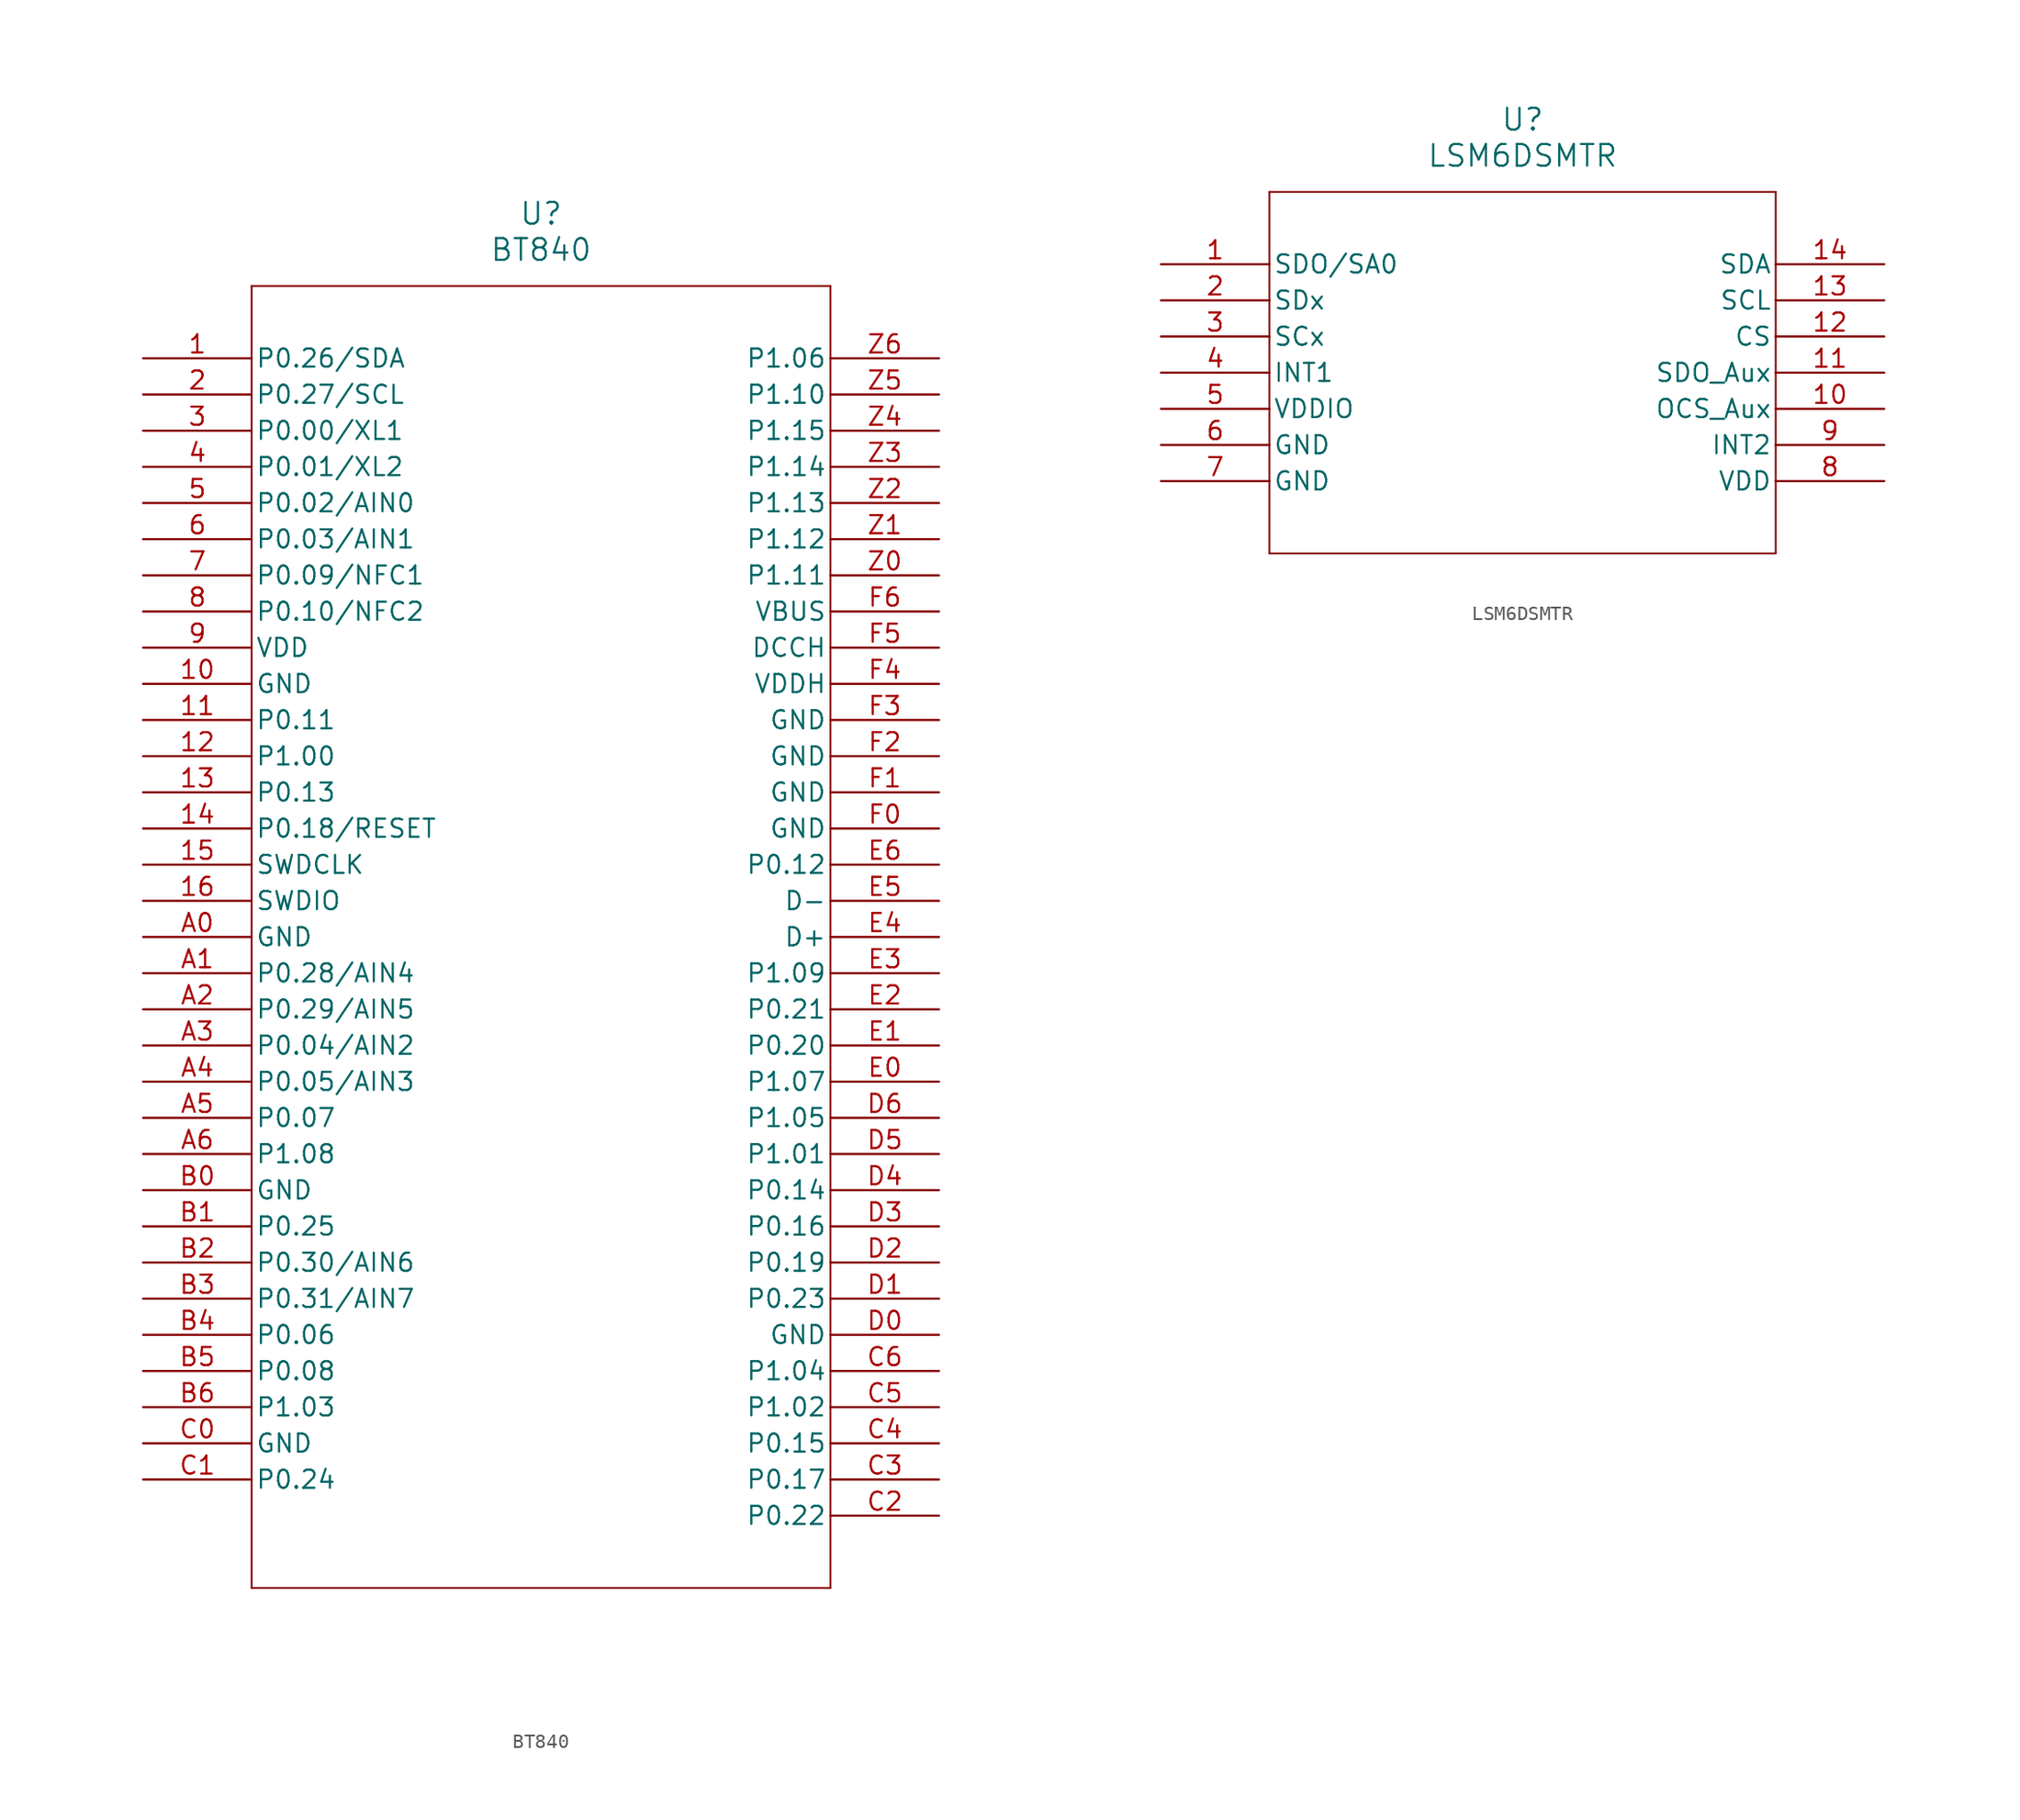
<source format=kicad_sym>
(kicad_symbol_lib
  (version 20231120)
  (generator "kicad_symbol_editor")
  (generator_version "8.0")
  (symbol "BT840"
    (pin_names
      (offset 0.254))
    (property "Reference" "U"
      (at 27.94 10.16 0)
      (effects (font (size 1.524 1.524))))
    (property "Value" "BT840"
      (at 27.94 7.62 0)
      (effects (font (size 1.524 1.524))))
    (property "ki_locked" ""
      (at 0 0 0)
      (effects (font (size 1.27 1.27))))
    (symbol "BT840_0_1"
      (polyline (pts (xy 7.62 -86.36) (xy 48.26 -86.36)) (stroke (width 0.127) (type default)) (fill (type none)))
      (polyline (pts (xy 7.62 5.08) (xy 7.62 -86.36)) (stroke (width 0.127) (type default)) (fill (type none)))
      (polyline (pts (xy 48.26 -86.36) (xy 48.26 5.08)) (stroke (width 0.127) (type default)) (fill (type none)))
      (polyline (pts (xy 48.26 5.08) (xy 7.62 5.08)) (stroke (width 0.127) (type default)) (fill (type none)))
      (pin bidirectional line (at 0 0 0) (length 7.62) (name "P0.26/SDA" (effects (font (size 1.27 1.27)))) (number "1" (effects (font (size 1.27 1.27)))))
      (pin power_out line (at 0 -22.86 0) (length 7.62) (name "GND" (effects (font (size 1.27 1.27)))) (number "10" (effects (font (size 1.27 1.27)))))
      (pin bidirectional line (at 0 -25.4 0) (length 7.62) (name "P0.11" (effects (font (size 1.27 1.27)))) (number "11" (effects (font (size 1.27 1.27)))))
      (pin bidirectional line (at 0 -27.94 0) (length 7.62) (name "P1.00" (effects (font (size 1.27 1.27)))) (number "12" (effects (font (size 1.27 1.27)))))
      (pin bidirectional line (at 0 -30.48 0) (length 7.62) (name "P0.13" (effects (font (size 1.27 1.27)))) (number "13" (effects (font (size 1.27 1.27)))))
      (pin bidirectional line (at 0 -33.02 0) (length 7.62) (name "P0.18/RESET" (effects (font (size 1.27 1.27)))) (number "14" (effects (font (size 1.27 1.27)))))
      (pin bidirectional line (at 0 -35.56 0) (length 7.62) (name "SWDCLK" (effects (font (size 1.27 1.27)))) (number "15" (effects (font (size 1.27 1.27)))))
      (pin bidirectional line (at 0 -38.1 0) (length 7.62) (name "SWDIO" (effects (font (size 1.27 1.27)))) (number "16" (effects (font (size 1.27 1.27)))))
      (pin bidirectional line (at 0 -2.54 0) (length 7.62) (name "P0.27/SCL" (effects (font (size 1.27 1.27)))) (number "2" (effects (font (size 1.27 1.27)))))
      (pin bidirectional line (at 0 -5.08 0) (length 7.62) (name "P0.00/XL1" (effects (font (size 1.27 1.27)))) (number "3" (effects (font (size 1.27 1.27)))))
      (pin bidirectional line (at 0 -7.62 0) (length 7.62) (name "P0.01/XL2" (effects (font (size 1.27 1.27)))) (number "4" (effects (font (size 1.27 1.27)))))
      (pin bidirectional line (at 0 -10.16 0) (length 7.62) (name "P0.02/AIN0" (effects (font (size 1.27 1.27)))) (number "5" (effects (font (size 1.27 1.27)))))
      (pin bidirectional line (at 0 -12.7 0) (length 7.62) (name "P0.03/AIN1" (effects (font (size 1.27 1.27)))) (number "6" (effects (font (size 1.27 1.27)))))
      (pin bidirectional line (at 0 -15.24 0) (length 7.62) (name "P0.09/NFC1" (effects (font (size 1.27 1.27)))) (number "7" (effects (font (size 1.27 1.27)))))
      (pin bidirectional line (at 0 -17.78 0) (length 7.62) (name "P0.10/NFC2" (effects (font (size 1.27 1.27)))) (number "8" (effects (font (size 1.27 1.27)))))
      (pin power_in line (at 0 -20.32 0) (length 7.62) (name "VDD" (effects (font (size 1.27 1.27)))) (number "9" (effects (font (size 1.27 1.27)))))
      (pin power_out line (at 0 -40.64 0) (length 7.62) (name "GND" (effects (font (size 1.27 1.27)))) (number "A0" (effects (font (size 1.27 1.27)))))
      (pin bidirectional line (at 0 -43.18 0) (length 7.62) (name "P0.28/AIN4" (effects (font (size 1.27 1.27)))) (number "A1" (effects (font (size 1.27 1.27)))))
      (pin bidirectional line (at 0 -45.72 0) (length 7.62) (name "P0.29/AIN5" (effects (font (size 1.27 1.27)))) (number "A2" (effects (font (size 1.27 1.27)))))
      (pin bidirectional line (at 0 -48.26 0) (length 7.62) (name "P0.04/AIN2" (effects (font (size 1.27 1.27)))) (number "A3" (effects (font (size 1.27 1.27)))))
      (pin bidirectional line (at 0 -50.8 0) (length 7.62) (name "P0.05/AIN3" (effects (font (size 1.27 1.27)))) (number "A4" (effects (font (size 1.27 1.27)))))
      (pin bidirectional line (at 0 -53.34 0) (length 7.62) (name "P0.07" (effects (font (size 1.27 1.27)))) (number "A5" (effects (font (size 1.27 1.27)))))
      (pin bidirectional line (at 0 -55.88 0) (length 7.62) (name "P1.08" (effects (font (size 1.27 1.27)))) (number "A6" (effects (font (size 1.27 1.27)))))
      (pin power_out line (at 0 -58.42 0) (length 7.62) (name "GND" (effects (font (size 1.27 1.27)))) (number "B0" (effects (font (size 1.27 1.27)))))
      (pin bidirectional line (at 0 -60.96 0) (length 7.62) (name "P0.25" (effects (font (size 1.27 1.27)))) (number "B1" (effects (font (size 1.27 1.27)))))
      (pin bidirectional line (at 0 -63.5 0) (length 7.62) (name "P0.30/AIN6" (effects (font (size 1.27 1.27)))) (number "B2" (effects (font (size 1.27 1.27)))))
      (pin bidirectional line (at 0 -66.04 0) (length 7.62) (name "P0.31/AIN7" (effects (font (size 1.27 1.27)))) (number "B3" (effects (font (size 1.27 1.27)))))
      (pin bidirectional line (at 0 -68.58 0) (length 7.62) (name "P0.06" (effects (font (size 1.27 1.27)))) (number "B4" (effects (font (size 1.27 1.27)))))
      (pin bidirectional line (at 0 -71.12 0) (length 7.62) (name "P0.08" (effects (font (size 1.27 1.27)))) (number "B5" (effects (font (size 1.27 1.27)))))
      (pin bidirectional line (at 0 -73.66 0) (length 7.62) (name "P1.03" (effects (font (size 1.27 1.27)))) (number "B6" (effects (font (size 1.27 1.27)))))
      (pin power_out line (at 0 -76.2 0) (length 7.62) (name "GND" (effects (font (size 1.27 1.27)))) (number "C0" (effects (font (size 1.27 1.27)))))
      (pin bidirectional line (at 0 -78.74 0) (length 7.62) (name "P0.24" (effects (font (size 1.27 1.27)))) (number "C1" (effects (font (size 1.27 1.27)))))
      (pin bidirectional line (at 55.88 -81.28 180) (length 7.62) (name "P0.22" (effects (font (size 1.27 1.27)))) (number "C2" (effects (font (size 1.27 1.27)))))
      (pin bidirectional line (at 55.88 -78.74 180) (length 7.62) (name "P0.17" (effects (font (size 1.27 1.27)))) (number "C3" (effects (font (size 1.27 1.27)))))
      (pin bidirectional line (at 55.88 -76.2 180) (length 7.62) (name "P0.15" (effects (font (size 1.27 1.27)))) (number "C4" (effects (font (size 1.27 1.27)))))
      (pin bidirectional line (at 55.88 -73.66 180) (length 7.62) (name "P1.02" (effects (font (size 1.27 1.27)))) (number "C5" (effects (font (size 1.27 1.27)))))
      (pin bidirectional line (at 55.88 -71.12 180) (length 7.62) (name "P1.04" (effects (font (size 1.27 1.27)))) (number "C6" (effects (font (size 1.27 1.27)))))
      (pin power_out line (at 55.88 -68.58 180) (length 7.62) (name "GND" (effects (font (size 1.27 1.27)))) (number "D0" (effects (font (size 1.27 1.27)))))
      (pin bidirectional line (at 55.88 -66.04 180) (length 7.62) (name "P0.23" (effects (font (size 1.27 1.27)))) (number "D1" (effects (font (size 1.27 1.27)))))
      (pin bidirectional line (at 55.88 -63.5 180) (length 7.62) (name "P0.19" (effects (font (size 1.27 1.27)))) (number "D2" (effects (font (size 1.27 1.27)))))
      (pin bidirectional line (at 55.88 -60.96 180) (length 7.62) (name "P0.16" (effects (font (size 1.27 1.27)))) (number "D3" (effects (font (size 1.27 1.27)))))
      (pin bidirectional line (at 55.88 -58.42 180) (length 7.62) (name "P0.14" (effects (font (size 1.27 1.27)))) (number "D4" (effects (font (size 1.27 1.27)))))
      (pin bidirectional line (at 55.88 -55.88 180) (length 7.62) (name "P1.01" (effects (font (size 1.27 1.27)))) (number "D5" (effects (font (size 1.27 1.27)))))
      (pin bidirectional line (at 55.88 -53.34 180) (length 7.62) (name "P1.05" (effects (font (size 1.27 1.27)))) (number "D6" (effects (font (size 1.27 1.27)))))
      (pin bidirectional line (at 55.88 -50.8 180) (length 7.62) (name "P1.07" (effects (font (size 1.27 1.27)))) (number "E0" (effects (font (size 1.27 1.27)))))
      (pin bidirectional line (at 55.88 -48.26 180) (length 7.62) (name "P0.20" (effects (font (size 1.27 1.27)))) (number "E1" (effects (font (size 1.27 1.27)))))
      (pin bidirectional line (at 55.88 -45.72 180) (length 7.62) (name "P0.21" (effects (font (size 1.27 1.27)))) (number "E2" (effects (font (size 1.27 1.27)))))
      (pin bidirectional line (at 55.88 -43.18 180) (length 7.62) (name "P1.09" (effects (font (size 1.27 1.27)))) (number "E3" (effects (font (size 1.27 1.27)))))
      (pin unspecified line (at 55.88 -40.64 180) (length 7.62) (name "D+" (effects (font (size 1.27 1.27)))) (number "E4" (effects (font (size 1.27 1.27)))))
      (pin unspecified line (at 55.88 -38.1 180) (length 7.62) (name "D-" (effects (font (size 1.27 1.27)))) (number "E5" (effects (font (size 1.27 1.27)))))
      (pin bidirectional line (at 55.88 -35.56 180) (length 7.62) (name "P0.12" (effects (font (size 1.27 1.27)))) (number "E6" (effects (font (size 1.27 1.27)))))
      (pin power_out line (at 55.88 -33.02 180) (length 7.62) (name "GND" (effects (font (size 1.27 1.27)))) (number "F0" (effects (font (size 1.27 1.27)))))
      (pin power_out line (at 55.88 -30.48 180) (length 7.62) (name "GND" (effects (font (size 1.27 1.27)))) (number "F1" (effects (font (size 1.27 1.27)))))
      (pin power_out line (at 55.88 -27.94 180) (length 7.62) (name "GND" (effects (font (size 1.27 1.27)))) (number "F2" (effects (font (size 1.27 1.27)))))
      (pin power_out line (at 55.88 -25.4 180) (length 7.62) (name "GND" (effects (font (size 1.27 1.27)))) (number "F3" (effects (font (size 1.27 1.27)))))
      (pin power_in line (at 55.88 -22.86 180) (length 7.62) (name "VDDH" (effects (font (size 1.27 1.27)))) (number "F4" (effects (font (size 1.27 1.27)))))
      (pin power_in line (at 55.88 -20.32 180) (length 7.62) (name "DCCH" (effects (font (size 1.27 1.27)))) (number "F5" (effects (font (size 1.27 1.27)))))
      (pin power_in line (at 55.88 -17.78 180) (length 7.62) (name "VBUS" (effects (font (size 1.27 1.27)))) (number "F6" (effects (font (size 1.27 1.27)))))
      (pin bidirectional line (at 55.88 -15.24 180) (length 7.62) (name "P1.11" (effects (font (size 1.27 1.27)))) (number "Z0" (effects (font (size 1.27 1.27)))))
      (pin bidirectional line (at 55.88 -12.7 180) (length 7.62) (name "P1.12" (effects (font (size 1.27 1.27)))) (number "Z1" (effects (font (size 1.27 1.27)))))
      (pin bidirectional line (at 55.88 -10.16 180) (length 7.62) (name "P1.13" (effects (font (size 1.27 1.27)))) (number "Z2" (effects (font (size 1.27 1.27)))))
      (pin bidirectional line (at 55.88 -7.62 180) (length 7.62) (name "P1.14" (effects (font (size 1.27 1.27)))) (number "Z3" (effects (font (size 1.27 1.27)))))
      (pin bidirectional line (at 55.88 -5.08 180) (length 7.62) (name "P1.15" (effects (font (size 1.27 1.27)))) (number "Z4" (effects (font (size 1.27 1.27)))))
      (pin bidirectional line (at 55.88 -2.54 180) (length 7.62) (name "P1.10" (effects (font (size 1.27 1.27)))) (number "Z5" (effects (font (size 1.27 1.27)))))
      (pin bidirectional line (at 55.88 0 180) (length 7.62) (name "P1.06" (effects (font (size 1.27 1.27)))) (number "Z6" (effects (font (size 1.27 1.27)))))))
  (symbol "LSM6DSMTR"
    (pin_names
      (offset 0.254))
    (property "Reference" "U"
      (at 25.4 10.16 0)
      (effects (font (size 1.524 1.524))))
    (property "Value" "LSM6DSMTR"
      (at 25.4 7.62 0)
      (effects (font (size 1.524 1.524))))
    (property "ki_locked" ""
      (at 0 0 0)
      (effects (font (size 1.27 1.27))))
    (symbol "LSM6DSMTR_0_1"
      (polyline (pts (xy 7.62 -20.32) (xy 43.18 -20.32)) (stroke (width 0.127) (type default)) (fill (type none)))
      (polyline (pts (xy 7.62 5.08) (xy 7.62 -20.32)) (stroke (width 0.127) (type default)) (fill (type none)))
      (polyline (pts (xy 43.18 -20.32) (xy 43.18 5.08)) (stroke (width 0.127) (type default)) (fill (type none)))
      (polyline (pts (xy 43.18 5.08) (xy 7.62 5.08)) (stroke (width 0.127) (type default)) (fill (type none)))
      (pin bidirectional line (at 0 0 0) (length 7.62) (name "SDO/SA0" (effects (font (size 1.27 1.27)))) (number "1" (effects (font (size 1.27 1.27)))))
      (pin unspecified line (at 50.8 -10.16 180) (length 7.62) (name "OCS_Aux" (effects (font (size 1.27 1.27)))) (number "10" (effects (font (size 1.27 1.27)))))
      (pin unspecified line (at 50.8 -7.62 180) (length 7.62) (name "SDO_Aux" (effects (font (size 1.27 1.27)))) (number "11" (effects (font (size 1.27 1.27)))))
      (pin input line (at 50.8 -5.08 180) (length 7.62) (name "CS" (effects (font (size 1.27 1.27)))) (number "12" (effects (font (size 1.27 1.27)))))
      (pin input line (at 50.8 -2.54 180) (length 7.62) (name "SCL" (effects (font (size 1.27 1.27)))) (number "13" (effects (font (size 1.27 1.27)))))
      (pin bidirectional line (at 50.8 0 180) (length 7.62) (name "SDA" (effects (font (size 1.27 1.27)))) (number "14" (effects (font (size 1.27 1.27)))))
      (pin unspecified line (at 0 -2.54 0) (length 7.62) (name "SDx" (effects (font (size 1.27 1.27)))) (number "2" (effects (font (size 1.27 1.27)))))
      (pin unspecified line (at 0 -5.08 0) (length 7.62) (name "SCx" (effects (font (size 1.27 1.27)))) (number "3" (effects (font (size 1.27 1.27)))))
      (pin output line (at 0 -7.62 0) (length 7.62) (name "INT1" (effects (font (size 1.27 1.27)))) (number "4" (effects (font (size 1.27 1.27)))))
      (pin power_in line (at 0 -10.16 0) (length 7.62) (name "VDDIO" (effects (font (size 1.27 1.27)))) (number "5" (effects (font (size 1.27 1.27)))))
      (pin power_out line (at 0 -12.7 0) (length 7.62) (name "GND" (effects (font (size 1.27 1.27)))) (number "6" (effects (font (size 1.27 1.27)))))
      (pin power_out line (at 0 -15.24 0) (length 7.62) (name "GND" (effects (font (size 1.27 1.27)))) (number "7" (effects (font (size 1.27 1.27)))))
      (pin power_in line (at 50.8 -15.24 180) (length 7.62) (name "VDD" (effects (font (size 1.27 1.27)))) (number "8" (effects (font (size 1.27 1.27)))))
      (pin output line (at 50.8 -12.7 180) (length 7.62) (name "INT2" (effects (font (size 1.27 1.27)))) (number "9" (effects (font (size 1.27 1.27))))))))
</source>
